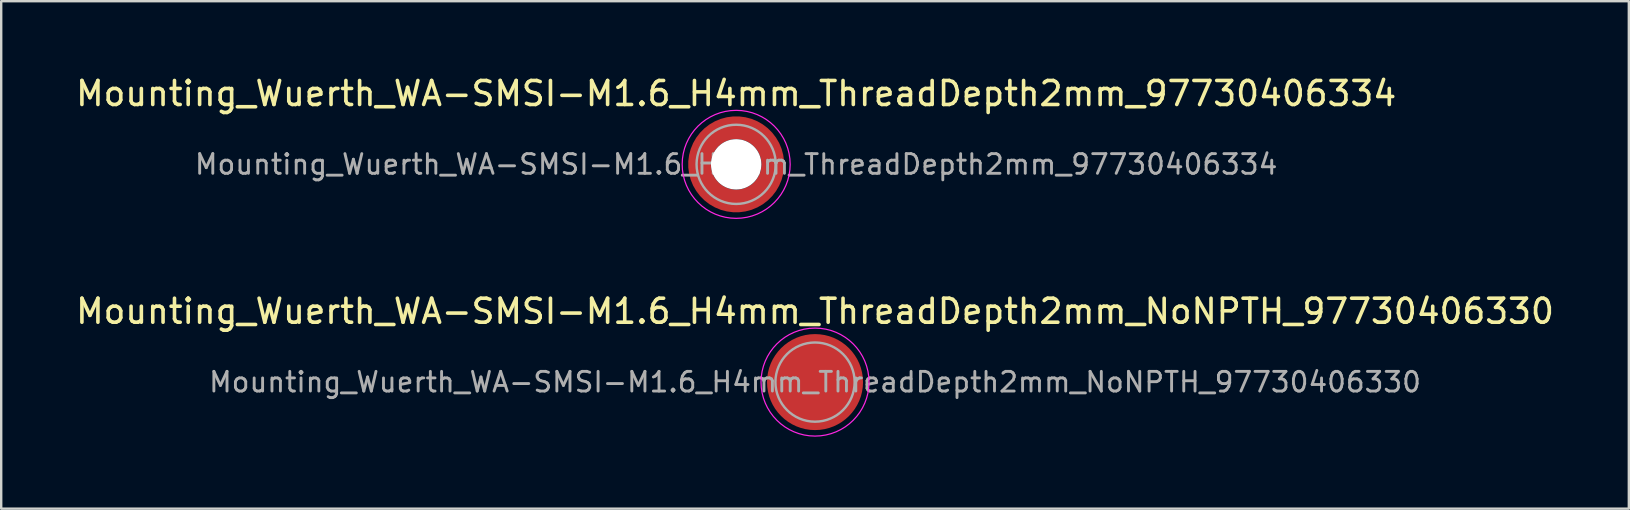
<source format=kicad_pcb>
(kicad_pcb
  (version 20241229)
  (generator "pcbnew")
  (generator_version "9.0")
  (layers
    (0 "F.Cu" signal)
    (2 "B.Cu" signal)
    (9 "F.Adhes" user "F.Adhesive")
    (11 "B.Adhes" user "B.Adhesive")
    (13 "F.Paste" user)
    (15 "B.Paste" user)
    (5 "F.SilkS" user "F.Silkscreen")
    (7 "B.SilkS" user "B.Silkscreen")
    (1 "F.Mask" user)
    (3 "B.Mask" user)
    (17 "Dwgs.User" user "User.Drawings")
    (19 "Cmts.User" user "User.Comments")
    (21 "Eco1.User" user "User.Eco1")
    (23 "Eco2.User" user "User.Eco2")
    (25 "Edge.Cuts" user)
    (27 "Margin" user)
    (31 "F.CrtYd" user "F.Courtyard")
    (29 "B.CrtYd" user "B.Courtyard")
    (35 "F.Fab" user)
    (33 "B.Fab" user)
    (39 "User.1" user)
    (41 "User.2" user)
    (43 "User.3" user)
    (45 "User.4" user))
  (footprint "Mounting_Wuerth_WA-SMSI-M1.6_H4mm_ThreadDepth2mm_NoNPTH_97730406330"
    (layer "F.Cu")
    (at 30.911 12.871)
    (property "Reference" "Mounting_Wuerth_WA-SMSI-M1.6_H4mm_ThreadDepth2mm_NoNPTH_97730406330" (at 0 -2.95 0) (layer "F.SilkS") (effects (font (size 1 1) (thickness 0.15))))
    (attr smd)
    (fp_circle (center 0 0) (end 2.25 0) (stroke (width 0.05) (type solid)) (fill no) (layer "F.CrtYd"))
    (fp_circle (center 0 0) (end 1.65 0) (stroke (width 0.1) (type solid)) (fill no) (layer "F.Fab"))
    (fp_text user "${REFERENCE}" (at 0 0 0) (layer "F.Fab") (effects (font (size 0.82 0.82) (thickness 0.12))))
    (pad "" smd custom (at -0.778 -0.778) (size 1.2 1.2) (layers "F.Paste") (options (anchor circle)) (primitives (gr_arc (start 0.465568 0.527817) (mid 0.494887 0.495062) (end 0.527624 0.465723) (width 0.2)) (gr_arc (start 0.344805 0.527817) (mid 0.424264 0.424264) (end 0.527818 0.344805) (width 0.2)) (gr_arc (start 0.232382 0.527817) (mid 0.353364 0.353743) (end 0.527329 0.232606) (width 0.2)) (gr_arc (start 0.123983 0.527817) (mid 0.282626 0.28306) (end 0.527243 0.124203) (width 0.2)) (gr_arc (start 0.017883 0.527817) (mid 0.211737 0.212527) (end 0.526755 0.018233) (width 0.2)) (gr_arc (start -0.086763 0.527817) (mid 0.141173 0.14167) (end 0.527142 -0.086568) (width 0.2)) (gr_arc (start -0.190428 0.527817) (mid 0.070433 0.070988) (end 0.527057 -0.190232) (width 0.2)) (gr_arc (start -0.293397 0.527817) (mid -0.000182 0.000182) (end 0.527315 -0.29328) (width 0.2)) (gr_arc (start -0.395852 0.527817) (mid -0.071085 -0.070336) (end 0.526781 -0.395631) (width 0.2)) (gr_arc (start -0.497918 0.527817) (mid -0.141622 -0.141221) (end 0.52726 -0.497809) (width 0.2)) (gr_arc (start -0.59968 0.527817) (mid -0.212364 -0.2119) (end 0.527171 -0.599563) (width 0.2)) (gr_arc (start -0.701202 0.527817) (mid -0.282952 -0.282733) (end 0.527511 -0.70115) (width 0.2)) (gr_arc (start -0.802531 0.527817) (mid -0.353765 -0.353343) (end 0.527227 -0.802438) (width 0.2)) (gr_arc (start -0.9037 0.527817) (mid -0.425176 -0.423352) (end 0.525265 -0.903319) (width 0.2)) (gr_arc (start -1.004737 0.527817) (mid -0.49534 -0.49461) (end 0.526794 -1.004593) (width 0.2)) (gr_line (start 0.528 0.466) (end 0.528 -1.005) (width 0.2)) (gr_line (start 0.466 0.528) (end -1.005 0.528) (width 0.2))))
    (pad "" smd custom (at -0.778 0.778) (size 1.2 1.2) (layers "F.Paste") (options (anchor circle)) (primitives (gr_arc (start 0.527817 -0.465568) (mid 0.495062 -0.494887) (end 0.465723 -0.527624) (width 0.2)) (gr_arc (start 0.527817 -0.344805) (mid 0.424264 -0.424264) (end 0.344805 -0.527818) (width 0.2)) (gr_arc (start 0.527817 -0.232382) (mid 0.353743 -0.353364) (end 0.232606 -0.527329) (width 0.2)) (gr_arc (start 0.527817 -0.123983) (mid 0.28306 -0.282626) (end 0.124203 -0.527243) (width 0.2)) (gr_arc (start 0.527817 -0.017883) (mid 0.212527 -0.211737) (end 0.018233 -0.526755) (width 0.2)) (gr_arc (start 0.527817 0.086763) (mid 0.14167 -0.141173) (end -0.086568 -0.527142) (width 0.2)) (gr_arc (start 0.527817 0.190428) (mid 0.070988 -0.070433) (end -0.190232 -0.527057) (width 0.2)) (gr_arc (start 0.527817 0.293397) (mid 0.000182 0.000182) (end -0.29328 -0.527315) (width 0.2)) (gr_arc (start 0.527817 0.395852) (mid -0.070336 0.071085) (end -0.395631 -0.526781) (width 0.2)) (gr_arc (start 0.527817 0.497918) (mid -0.141221 0.141622) (end -0.497809 -0.52726) (width 0.2)) (gr_arc (start 0.527817 0.59968) (mid -0.2119 0.212364) (end -0.599563 -0.527171) (width 0.2)) (gr_arc (start 0.527817 0.701202) (mid -0.282733 0.282952) (end -0.70115 -0.527511) (width 0.2)) (gr_arc (start 0.527817 0.802531) (mid -0.353343 0.353765) (end -0.802438 -0.527227) (width 0.2)) (gr_arc (start 0.527817 0.9037) (mid -0.423352 0.425176) (end -0.903319 -0.525265) (width 0.2)) (gr_arc (start 0.527817 1.004737) (mid -0.49461 0.49534) (end -1.004593 -0.526794) (width 0.2)) (gr_line (start 0.466 -0.528) (end -1.005 -0.528) (width 0.2)) (gr_line (start 0.528 -0.466) (end 0.528 1.005) (width 0.2))))
    (pad "" smd custom (at 0.778 -0.778) (size 1.2 1.2) (layers "F.Paste") (options (anchor circle)) (primitives (gr_arc (start -0.527817 0.465568) (mid -0.495062 0.494887) (end -0.465723 0.527624) (width 0.2)) (gr_arc (start -0.527817 0.344805) (mid -0.424264 0.424264) (end -0.344805 0.527818) (width 0.2)) (gr_arc (start -0.527817 0.232382) (mid -0.353743 0.353364) (end -0.232606 0.527329) (width 0.2)) (gr_arc (start -0.527817 0.123983) (mid -0.28306 0.282626) (end -0.124203 0.527243) (width 0.2)) (gr_arc (start -0.527817 0.017883) (mid -0.212527 0.211737) (end -0.018233 0.526755) (width 0.2)) (gr_arc (start -0.527817 -0.086763) (mid -0.14167 0.141173) (end 0.086568 0.527142) (width 0.2)) (gr_arc (start -0.527817 -0.190428) (mid -0.070988 0.070433) (end 0.190232 0.527057) (width 0.2)) (gr_arc (start -0.527817 -0.293397) (mid -0.000182 -0.000182) (end 0.29328 0.527315) (width 0.2)) (gr_arc (start -0.527817 -0.395852) (mid 0.070336 -0.071085) (end 0.395631 0.526781) (width 0.2)) (gr_arc (start -0.527817 -0.497918) (mid 0.141221 -0.141622) (end 0.497809 0.52726) (width 0.2)) (gr_arc (start -0.527817 -0.59968) (mid 0.2119 -0.212364) (end 0.599563 0.527171) (width 0.2)) (gr_arc (start -0.527817 -0.701202) (mid 0.282733 -0.282952) (end 0.70115 0.527511) (width 0.2)) (gr_arc (start -0.527817 -0.802531) (mid 0.353343 -0.353765) (end 0.802438 0.527227) (width 0.2)) (gr_arc (start -0.527817 -0.9037) (mid 0.423352 -0.425176) (end 0.903319 0.525265) (width 0.2)) (gr_arc (start -0.527817 -1.004737) (mid 0.49461 -0.49534) (end 1.004593 0.526794) (width 0.2)) (gr_line (start -0.466 0.528) (end 1.005 0.528) (width 0.2)) (gr_line (start -0.528 0.466) (end -0.528 -1.005) (width 0.2))))
    (pad "" smd custom (at 0.778 0.778) (size 1.2 1.2) (layers "F.Paste") (options (anchor circle)) (primitives (gr_arc (start -0.465568 -0.527817) (mid -0.494887 -0.495062) (end -0.527624 -0.465723) (width 0.2)) (gr_arc (start -0.344805 -0.527817) (mid -0.424264 -0.424264) (end -0.527818 -0.344805) (width 0.2)) (gr_arc (start -0.232382 -0.527817) (mid -0.353364 -0.353743) (end -0.527329 -0.232606) (width 0.2)) (gr_arc (start -0.123983 -0.527817) (mid -0.282626 -0.28306) (end -0.527243 -0.124203) (width 0.2)) (gr_arc (start -0.017883 -0.527817) (mid -0.211737 -0.212527) (end -0.526755 -0.018233) (width 0.2)) (gr_arc (start 0.086763 -0.527817) (mid -0.141173 -0.14167) (end -0.527142 0.086568) (width 0.2)) (gr_arc (start 0.190428 -0.527817) (mid -0.070433 -0.070988) (end -0.527057 0.190232) (width 0.2)) (gr_arc (start 0.293397 -0.527817) (mid 0.000182 -0.000182) (end -0.527315 0.29328) (width 0.2)) (gr_arc (start 0.395852 -0.527817) (mid 0.071085 0.070336) (end -0.526781 0.395631) (width 0.2)) (gr_arc (start 0.497918 -0.527817) (mid 0.141622 0.141221) (end -0.52726 0.497809) (width 0.2)) (gr_arc (start 0.59968 -0.527817) (mid 0.212364 0.2119) (end -0.527171 0.599563) (width 0.2)) (gr_arc (start 0.701202 -0.527817) (mid 0.282952 0.282733) (end -0.527511 0.70115) (width 0.2)) (gr_arc (start 0.802531 -0.527817) (mid 0.353765 0.353343) (end -0.527227 0.802438) (width 0.2)) (gr_arc (start 0.9037 -0.527817) (mid 0.425176 0.423352) (end -0.525265 0.903319) (width 0.2)) (gr_arc (start 1.004737 -0.527817) (mid 0.49534 0.49461) (end -0.526794 1.004593) (width 0.2)) (gr_line (start -0.528 -0.466) (end -0.528 1.005) (width 0.2)) (gr_line (start -0.466 -0.528) (end 1.005 -0.528) (width 0.2))))
    (pad "1" smd circle (at 0 0) (size 4 4) (layers "F.Cu" "F.Mask")))
  (footprint "Mounting_Wuerth_WA-SMSI-M1.6_H4mm_ThreadDepth2mm_97730406334"
    (layer "F.Cu")
    (at 27.625 3.798)
    (property "Reference" "Mounting_Wuerth_WA-SMSI-M1.6_H4mm_ThreadDepth2mm_97730406334" (at 0 -2.95 0) (layer "F.SilkS") (effects (font (size 1 1) (thickness 0.15))))
    (attr smd)
    (fp_circle (center 0 0) (end 2.25 0) (stroke (width 0.05) (type solid)) (fill no) (layer "F.CrtYd"))
    (fp_circle (center 0 0) (end 1.65 0) (stroke (width 0.1) (type solid)) (fill no) (layer "F.Fab"))
    (fp_text user "${REFERENCE}" (at 0 0 0) (layer "F.Fab") (effects (font (size 0.82 0.82) (thickness 0.12))))
    (pad "" smd custom (at -1.061 -1.061) (size 0.4 0.4) (layers "F.Paste") (options (anchor circle)) (primitives (gr_arc (start -0.101235 0.76066) (mid 0.211799 0.212465) (end 0.759748 -0.100999) (width 0.2)) (gr_arc (start -0.204251 0.76066) (mid 0.141299 0.141544) (end 0.760323 -0.204171) (width 0.2)) (gr_arc (start -0.306819 0.76066) (mid 0.070255 0.071167) (end 0.759401 -0.306542) (width 0.2)) (gr_arc (start -0.409034 0.76066) (mid -0.000242 0.000241) (end 0.759991 -0.408897) (width 0.2)) (gr_arc (start -0.510963 0.76066) (mid -0.071561 -0.06986) (end 0.758297 -0.51051) (width 0.2)) (gr_arc (start -0.61266 0.76066) (mid -0.142171 -0.140671) (end 0.758572 -0.612284) (width 0.2)) (gr_arc (start -0.714164 0.76066) (mid -0.212264 -0.212) (end 0.760292 -0.714102) (width 0.2)) (gr_line (start 0.761 -0.101) (end 0.761 -0.714) (width 0.2)) (gr_line (start -0.101 0.761) (end -0.714 0.761) (width 0.2))))
    (pad "" smd custom (at -1.061 1.061) (size 0.4 0.4) (layers "F.Paste") (options (anchor circle)) (primitives (gr_arc (start 0.76066 0.101235) (mid 0.212465 -0.211799) (end -0.100999 -0.759748) (width 0.2)) (gr_arc (start 0.76066 0.204251) (mid 0.141544 -0.141299) (end -0.204171 -0.760323) (width 0.2)) (gr_arc (start 0.76066 0.306819) (mid 0.071167 -0.070255) (end -0.306542 -0.759401) (width 0.2)) (gr_arc (start 0.76066 0.409034) (mid 0.000241 0.000242) (end -0.408897 -0.759991) (width 0.2)) (gr_arc (start 0.76066 0.510963) (mid -0.06986 0.071561) (end -0.51051 -0.758297) (width 0.2)) (gr_arc (start 0.76066 0.61266) (mid -0.140671 0.142171) (end -0.612284 -0.758572) (width 0.2)) (gr_arc (start 0.76066 0.714164) (mid -0.212 0.212264) (end -0.714102 -0.760292) (width 0.2)) (gr_line (start -0.101 -0.761) (end -0.714 -0.761) (width 0.2)) (gr_line (start 0.761 0.101) (end 0.761 0.714) (width 0.2))))
    (pad "" np_thru_hole circle (at 0 0) (size 2.1 2.1) (drill 2.1) (layers "*.Cu" "*.Mask"))
    (pad "" smd custom (at 1.061 -1.061) (size 0.4 0.4) (layers "F.Paste") (options (anchor circle)) (primitives (gr_arc (start -0.76066 -0.101235) (mid -0.212465 0.211799) (end 0.100999 0.759748) (width 0.2)) (gr_arc (start -0.76066 -0.204251) (mid -0.141544 0.141299) (end 0.204171 0.760323) (width 0.2)) (gr_arc (start -0.76066 -0.306819) (mid -0.071167 0.070255) (end 0.306542 0.759401) (width 0.2)) (gr_arc (start -0.76066 -0.409034) (mid -0.000241 -0.000242) (end 0.408897 0.759991) (width 0.2)) (gr_arc (start -0.76066 -0.510963) (mid 0.06986 -0.071561) (end 0.51051 0.758297) (width 0.2)) (gr_arc (start -0.76066 -0.61266) (mid 0.140671 -0.142171) (end 0.612284 0.758572) (width 0.2)) (gr_arc (start -0.76066 -0.714164) (mid 0.212 -0.212264) (end 0.714102 0.760292) (width 0.2)) (gr_line (start 0.101 0.761) (end 0.714 0.761) (width 0.2)) (gr_line (start -0.761 -0.101) (end -0.761 -0.714) (width 0.2))))
    (pad "" smd custom (at 1.061 1.061) (size 0.4 0.4) (layers "F.Paste") (options (anchor circle)) (primitives (gr_arc (start 0.101235 -0.76066) (mid -0.211799 -0.212465) (end -0.759748 0.100999) (width 0.2)) (gr_arc (start 0.204251 -0.76066) (mid -0.141299 -0.141544) (end -0.760323 0.204171) (width 0.2)) (gr_arc (start 0.306819 -0.76066) (mid -0.070255 -0.071167) (end -0.759401 0.306542) (width 0.2)) (gr_arc (start 0.409034 -0.76066) (mid 0.000242 -0.000241) (end -0.759991 0.408897) (width 0.2)) (gr_arc (start 0.510963 -0.76066) (mid 0.071561 0.06986) (end -0.758297 0.51051) (width 0.2)) (gr_arc (start 0.61266 -0.76066) (mid 0.142171 0.140671) (end -0.758572 0.612284) (width 0.2)) (gr_arc (start 0.714164 -0.76066) (mid 0.212264 0.212) (end -0.760292 0.714102) (width 0.2)) (gr_line (start -0.761 0.101) (end -0.761 0.714) (width 0.2)) (gr_line (start 0.101 -0.761) (end 0.714 -0.761) (width 0.2))))
    (pad "1" smd circle (at -1.525 0) (size 0.55 0.55) (layers "F.Cu"))
    (pad "1" smd circle (at 0 -1.525) (size 0.55 0.55) (layers "F.Cu"))
    (pad "1" smd circle (at 0 1.525) (size 0.55 0.55) (layers "F.Cu"))
    (pad "1" smd custom (at 1.525 0) (size 0.55 0.55) (layers "F.Cu" "F.Mask") (options (anchor circle)) (primitives (gr_circle (center -1.525 0) (end 0 0) (width 0.95) (fill no)))))
  (gr_rect
    (start -3 -3)
    (end 64.821 18.146)
    (stroke (width 0.1) (type default))
    (fill no)
    (layer "Edge.Cuts")))
</source>
